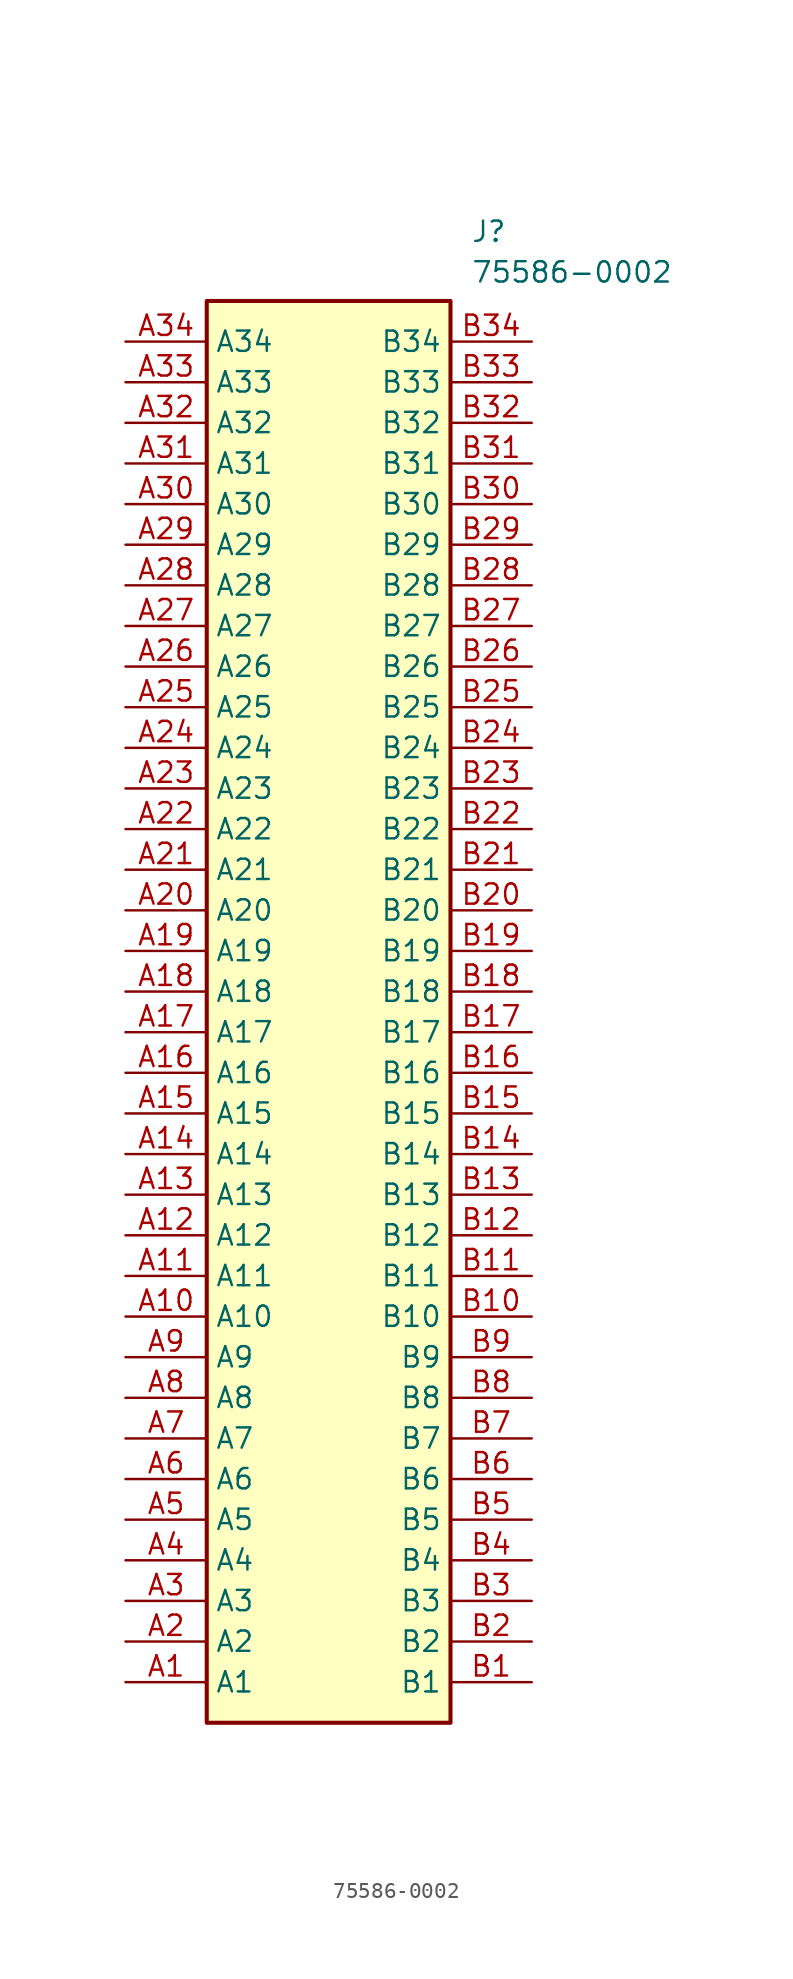
<source format=kicad_sym>
(kicad_symbol_lib
  (version 20211014)
  (generator SamacSys_ECAD_Model)
  (symbol "75586-0002"
    (property "Reference" "J"
      (at 21.59 7.62 0)
      (effects (font (size 1.27 1.27)) (justify left top)))
    (property "Value" "75586-0002"
      (at 21.59 5.08 0)
      (effects (font (size 1.27 1.27)) (justify left top)))
    (rectangle
      (start 5.08 2.54)
      (end 20.32 -86.36)
      (stroke (width 0.254) (type default))
      (fill (type background)))
    (pin passive line
      (at 0 -83.82 0)
      (length 5.08)
      (name "A1" (effects (font (size 1.27 1.27))))
      (number "A1" (effects (font (size 1.27 1.27)))))
    (pin passive line
      (at 0 -81.28 0)
      (length 5.08)
      (name "A2" (effects (font (size 1.27 1.27))))
      (number "A2" (effects (font (size 1.27 1.27)))))
    (pin passive line
      (at 0 -78.74 0)
      (length 5.08)
      (name "A3" (effects (font (size 1.27 1.27))))
      (number "A3" (effects (font (size 1.27 1.27)))))
    (pin passive line
      (at 0 -76.2 0)
      (length 5.08)
      (name "A4" (effects (font (size 1.27 1.27))))
      (number "A4" (effects (font (size 1.27 1.27)))))
    (pin passive line
      (at 0 -73.66 0)
      (length 5.08)
      (name "A5" (effects (font (size 1.27 1.27))))
      (number "A5" (effects (font (size 1.27 1.27)))))
    (pin passive line
      (at 0 -71.12 0)
      (length 5.08)
      (name "A6" (effects (font (size 1.27 1.27))))
      (number "A6" (effects (font (size 1.27 1.27)))))
    (pin passive line
      (at 0 -68.58 0)
      (length 5.08)
      (name "A7" (effects (font (size 1.27 1.27))))
      (number "A7" (effects (font (size 1.27 1.27)))))
    (pin passive line
      (at 0 -66.04 0)
      (length 5.08)
      (name "A8" (effects (font (size 1.27 1.27))))
      (number "A8" (effects (font (size 1.27 1.27)))))
    (pin passive line
      (at 0 -63.5 0)
      (length 5.08)
      (name "A9" (effects (font (size 1.27 1.27))))
      (number "A9" (effects (font (size 1.27 1.27)))))
    (pin passive line
      (at 0 -60.96 0)
      (length 5.08)
      (name "A10" (effects (font (size 1.27 1.27))))
      (number "A10" (effects (font (size 1.27 1.27)))))
    (pin passive line
      (at 0 -58.42 0)
      (length 5.08)
      (name "A11" (effects (font (size 1.27 1.27))))
      (number "A11" (effects (font (size 1.27 1.27)))))
    (pin passive line
      (at 0 -55.88 0)
      (length 5.08)
      (name "A12" (effects (font (size 1.27 1.27))))
      (number "A12" (effects (font (size 1.27 1.27)))))
    (pin passive line
      (at 0 -53.34 0)
      (length 5.08)
      (name "A13" (effects (font (size 1.27 1.27))))
      (number "A13" (effects (font (size 1.27 1.27)))))
    (pin passive line
      (at 0 -50.8 0)
      (length 5.08)
      (name "A14" (effects (font (size 1.27 1.27))))
      (number "A14" (effects (font (size 1.27 1.27)))))
    (pin passive line
      (at 0 -48.26 0)
      (length 5.08)
      (name "A15" (effects (font (size 1.27 1.27))))
      (number "A15" (effects (font (size 1.27 1.27)))))
    (pin passive line
      (at 0 -45.72 0)
      (length 5.08)
      (name "A16" (effects (font (size 1.27 1.27))))
      (number "A16" (effects (font (size 1.27 1.27)))))
    (pin passive line
      (at 0 -43.18 0)
      (length 5.08)
      (name "A17" (effects (font (size 1.27 1.27))))
      (number "A17" (effects (font (size 1.27 1.27)))))
    (pin passive line
      (at 0 -40.64 0)
      (length 5.08)
      (name "A18" (effects (font (size 1.27 1.27))))
      (number "A18" (effects (font (size 1.27 1.27)))))
    (pin passive line
      (at 0 -38.1 0)
      (length 5.08)
      (name "A19" (effects (font (size 1.27 1.27))))
      (number "A19" (effects (font (size 1.27 1.27)))))
    (pin passive line
      (at 0 -35.56 0)
      (length 5.08)
      (name "A20" (effects (font (size 1.27 1.27))))
      (number "A20" (effects (font (size 1.27 1.27)))))
    (pin passive line
      (at 0 -33.02 0)
      (length 5.08)
      (name "A21" (effects (font (size 1.27 1.27))))
      (number "A21" (effects (font (size 1.27 1.27)))))
    (pin passive line
      (at 0 -30.48 0)
      (length 5.08)
      (name "A22" (effects (font (size 1.27 1.27))))
      (number "A22" (effects (font (size 1.27 1.27)))))
    (pin passive line
      (at 0 -27.94 0)
      (length 5.08)
      (name "A23" (effects (font (size 1.27 1.27))))
      (number "A23" (effects (font (size 1.27 1.27)))))
    (pin passive line
      (at 0 -25.4 0)
      (length 5.08)
      (name "A24" (effects (font (size 1.27 1.27))))
      (number "A24" (effects (font (size 1.27 1.27)))))
    (pin passive line
      (at 0 -22.86 0)
      (length 5.08)
      (name "A25" (effects (font (size 1.27 1.27))))
      (number "A25" (effects (font (size 1.27 1.27)))))
    (pin passive line
      (at 0 -20.32 0)
      (length 5.08)
      (name "A26" (effects (font (size 1.27 1.27))))
      (number "A26" (effects (font (size 1.27 1.27)))))
    (pin passive line
      (at 0 -17.78 0)
      (length 5.08)
      (name "A27" (effects (font (size 1.27 1.27))))
      (number "A27" (effects (font (size 1.27 1.27)))))
    (pin passive line
      (at 0 -15.24 0)
      (length 5.08)
      (name "A28" (effects (font (size 1.27 1.27))))
      (number "A28" (effects (font (size 1.27 1.27)))))
    (pin passive line
      (at 0 -12.7 0)
      (length 5.08)
      (name "A29" (effects (font (size 1.27 1.27))))
      (number "A29" (effects (font (size 1.27 1.27)))))
    (pin passive line
      (at 0 -10.16 0)
      (length 5.08)
      (name "A30" (effects (font (size 1.27 1.27))))
      (number "A30" (effects (font (size 1.27 1.27)))))
    (pin passive line
      (at 0 -7.62 0)
      (length 5.08)
      (name "A31" (effects (font (size 1.27 1.27))))
      (number "A31" (effects (font (size 1.27 1.27)))))
    (pin passive line
      (at 0 -5.08 0)
      (length 5.08)
      (name "A32" (effects (font (size 1.27 1.27))))
      (number "A32" (effects (font (size 1.27 1.27)))))
    (pin passive line
      (at 0 -2.54 0)
      (length 5.08)
      (name "A33" (effects (font (size 1.27 1.27))))
      (number "A33" (effects (font (size 1.27 1.27)))))
    (pin passive line
      (at 0 0 0)
      (length 5.08)
      (name "A34" (effects (font (size 1.27 1.27))))
      (number "A34" (effects (font (size 1.27 1.27)))))
    (pin passive line
      (at 25.4 -83.82 180)
      (length 5.08)
      (name "B1" (effects (font (size 1.27 1.27))))
      (number "B1" (effects (font (size 1.27 1.27)))))
    (pin passive line
      (at 25.4 -81.28 180)
      (length 5.08)
      (name "B2" (effects (font (size 1.27 1.27))))
      (number "B2" (effects (font (size 1.27 1.27)))))
    (pin passive line
      (at 25.4 -78.74 180)
      (length 5.08)
      (name "B3" (effects (font (size 1.27 1.27))))
      (number "B3" (effects (font (size 1.27 1.27)))))
    (pin passive line
      (at 25.4 -76.2 180)
      (length 5.08)
      (name "B4" (effects (font (size 1.27 1.27))))
      (number "B4" (effects (font (size 1.27 1.27)))))
    (pin passive line
      (at 25.4 -73.66 180)
      (length 5.08)
      (name "B5" (effects (font (size 1.27 1.27))))
      (number "B5" (effects (font (size 1.27 1.27)))))
    (pin passive line
      (at 25.4 -71.12 180)
      (length 5.08)
      (name "B6" (effects (font (size 1.27 1.27))))
      (number "B6" (effects (font (size 1.27 1.27)))))
    (pin passive line
      (at 25.4 -68.58 180)
      (length 5.08)
      (name "B7" (effects (font (size 1.27 1.27))))
      (number "B7" (effects (font (size 1.27 1.27)))))
    (pin passive line
      (at 25.4 -66.04 180)
      (length 5.08)
      (name "B8" (effects (font (size 1.27 1.27))))
      (number "B8" (effects (font (size 1.27 1.27)))))
    (pin passive line
      (at 25.4 -63.5 180)
      (length 5.08)
      (name "B9" (effects (font (size 1.27 1.27))))
      (number "B9" (effects (font (size 1.27 1.27)))))
    (pin passive line
      (at 25.4 -60.96 180)
      (length 5.08)
      (name "B10" (effects (font (size 1.27 1.27))))
      (number "B10" (effects (font (size 1.27 1.27)))))
    (pin passive line
      (at 25.4 -58.42 180)
      (length 5.08)
      (name "B11" (effects (font (size 1.27 1.27))))
      (number "B11" (effects (font (size 1.27 1.27)))))
    (pin passive line
      (at 25.4 -55.88 180)
      (length 5.08)
      (name "B12" (effects (font (size 1.27 1.27))))
      (number "B12" (effects (font (size 1.27 1.27)))))
    (pin passive line
      (at 25.4 -53.34 180)
      (length 5.08)
      (name "B13" (effects (font (size 1.27 1.27))))
      (number "B13" (effects (font (size 1.27 1.27)))))
    (pin passive line
      (at 25.4 -50.8 180)
      (length 5.08)
      (name "B14" (effects (font (size 1.27 1.27))))
      (number "B14" (effects (font (size 1.27 1.27)))))
    (pin passive line
      (at 25.4 -48.26 180)
      (length 5.08)
      (name "B15" (effects (font (size 1.27 1.27))))
      (number "B15" (effects (font (size 1.27 1.27)))))
    (pin passive line
      (at 25.4 -45.72 180)
      (length 5.08)
      (name "B16" (effects (font (size 1.27 1.27))))
      (number "B16" (effects (font (size 1.27 1.27)))))
    (pin passive line
      (at 25.4 -43.18 180)
      (length 5.08)
      (name "B17" (effects (font (size 1.27 1.27))))
      (number "B17" (effects (font (size 1.27 1.27)))))
    (pin passive line
      (at 25.4 -40.64 180)
      (length 5.08)
      (name "B18" (effects (font (size 1.27 1.27))))
      (number "B18" (effects (font (size 1.27 1.27)))))
    (pin passive line
      (at 25.4 -38.1 180)
      (length 5.08)
      (name "B19" (effects (font (size 1.27 1.27))))
      (number "B19" (effects (font (size 1.27 1.27)))))
    (pin passive line
      (at 25.4 -35.56 180)
      (length 5.08)
      (name "B20" (effects (font (size 1.27 1.27))))
      (number "B20" (effects (font (size 1.27 1.27)))))
    (pin passive line
      (at 25.4 -33.02 180)
      (length 5.08)
      (name "B21" (effects (font (size 1.27 1.27))))
      (number "B21" (effects (font (size 1.27 1.27)))))
    (pin passive line
      (at 25.4 -30.48 180)
      (length 5.08)
      (name "B22" (effects (font (size 1.27 1.27))))
      (number "B22" (effects (font (size 1.27 1.27)))))
    (pin passive line
      (at 25.4 -27.94 180)
      (length 5.08)
      (name "B23" (effects (font (size 1.27 1.27))))
      (number "B23" (effects (font (size 1.27 1.27)))))
    (pin passive line
      (at 25.4 -25.4 180)
      (length 5.08)
      (name "B24" (effects (font (size 1.27 1.27))))
      (number "B24" (effects (font (size 1.27 1.27)))))
    (pin passive line
      (at 25.4 -22.86 180)
      (length 5.08)
      (name "B25" (effects (font (size 1.27 1.27))))
      (number "B25" (effects (font (size 1.27 1.27)))))
    (pin passive line
      (at 25.4 -20.32 180)
      (length 5.08)
      (name "B26" (effects (font (size 1.27 1.27))))
      (number "B26" (effects (font (size 1.27 1.27)))))
    (pin passive line
      (at 25.4 -17.78 180)
      (length 5.08)
      (name "B27" (effects (font (size 1.27 1.27))))
      (number "B27" (effects (font (size 1.27 1.27)))))
    (pin passive line
      (at 25.4 -15.24 180)
      (length 5.08)
      (name "B28" (effects (font (size 1.27 1.27))))
      (number "B28" (effects (font (size 1.27 1.27)))))
    (pin passive line
      (at 25.4 -12.7 180)
      (length 5.08)
      (name "B29" (effects (font (size 1.27 1.27))))
      (number "B29" (effects (font (size 1.27 1.27)))))
    (pin passive line
      (at 25.4 -10.16 180)
      (length 5.08)
      (name "B30" (effects (font (size 1.27 1.27))))
      (number "B30" (effects (font (size 1.27 1.27)))))
    (pin passive line
      (at 25.4 -7.62 180)
      (length 5.08)
      (name "B31" (effects (font (size 1.27 1.27))))
      (number "B31" (effects (font (size 1.27 1.27)))))
    (pin passive line
      (at 25.4 -5.08 180)
      (length 5.08)
      (name "B32" (effects (font (size 1.27 1.27))))
      (number "B32" (effects (font (size 1.27 1.27)))))
    (pin passive line
      (at 25.4 -2.54 180)
      (length 5.08)
      (name "B33" (effects (font (size 1.27 1.27))))
      (number "B33" (effects (font (size 1.27 1.27)))))
    (pin passive line
      (at 25.4 0 180)
      (length 5.08)
      (name "B34" (effects (font (size 1.27 1.27))))
      (number "B34" (effects (font (size 1.27 1.27)))))))
</source>
